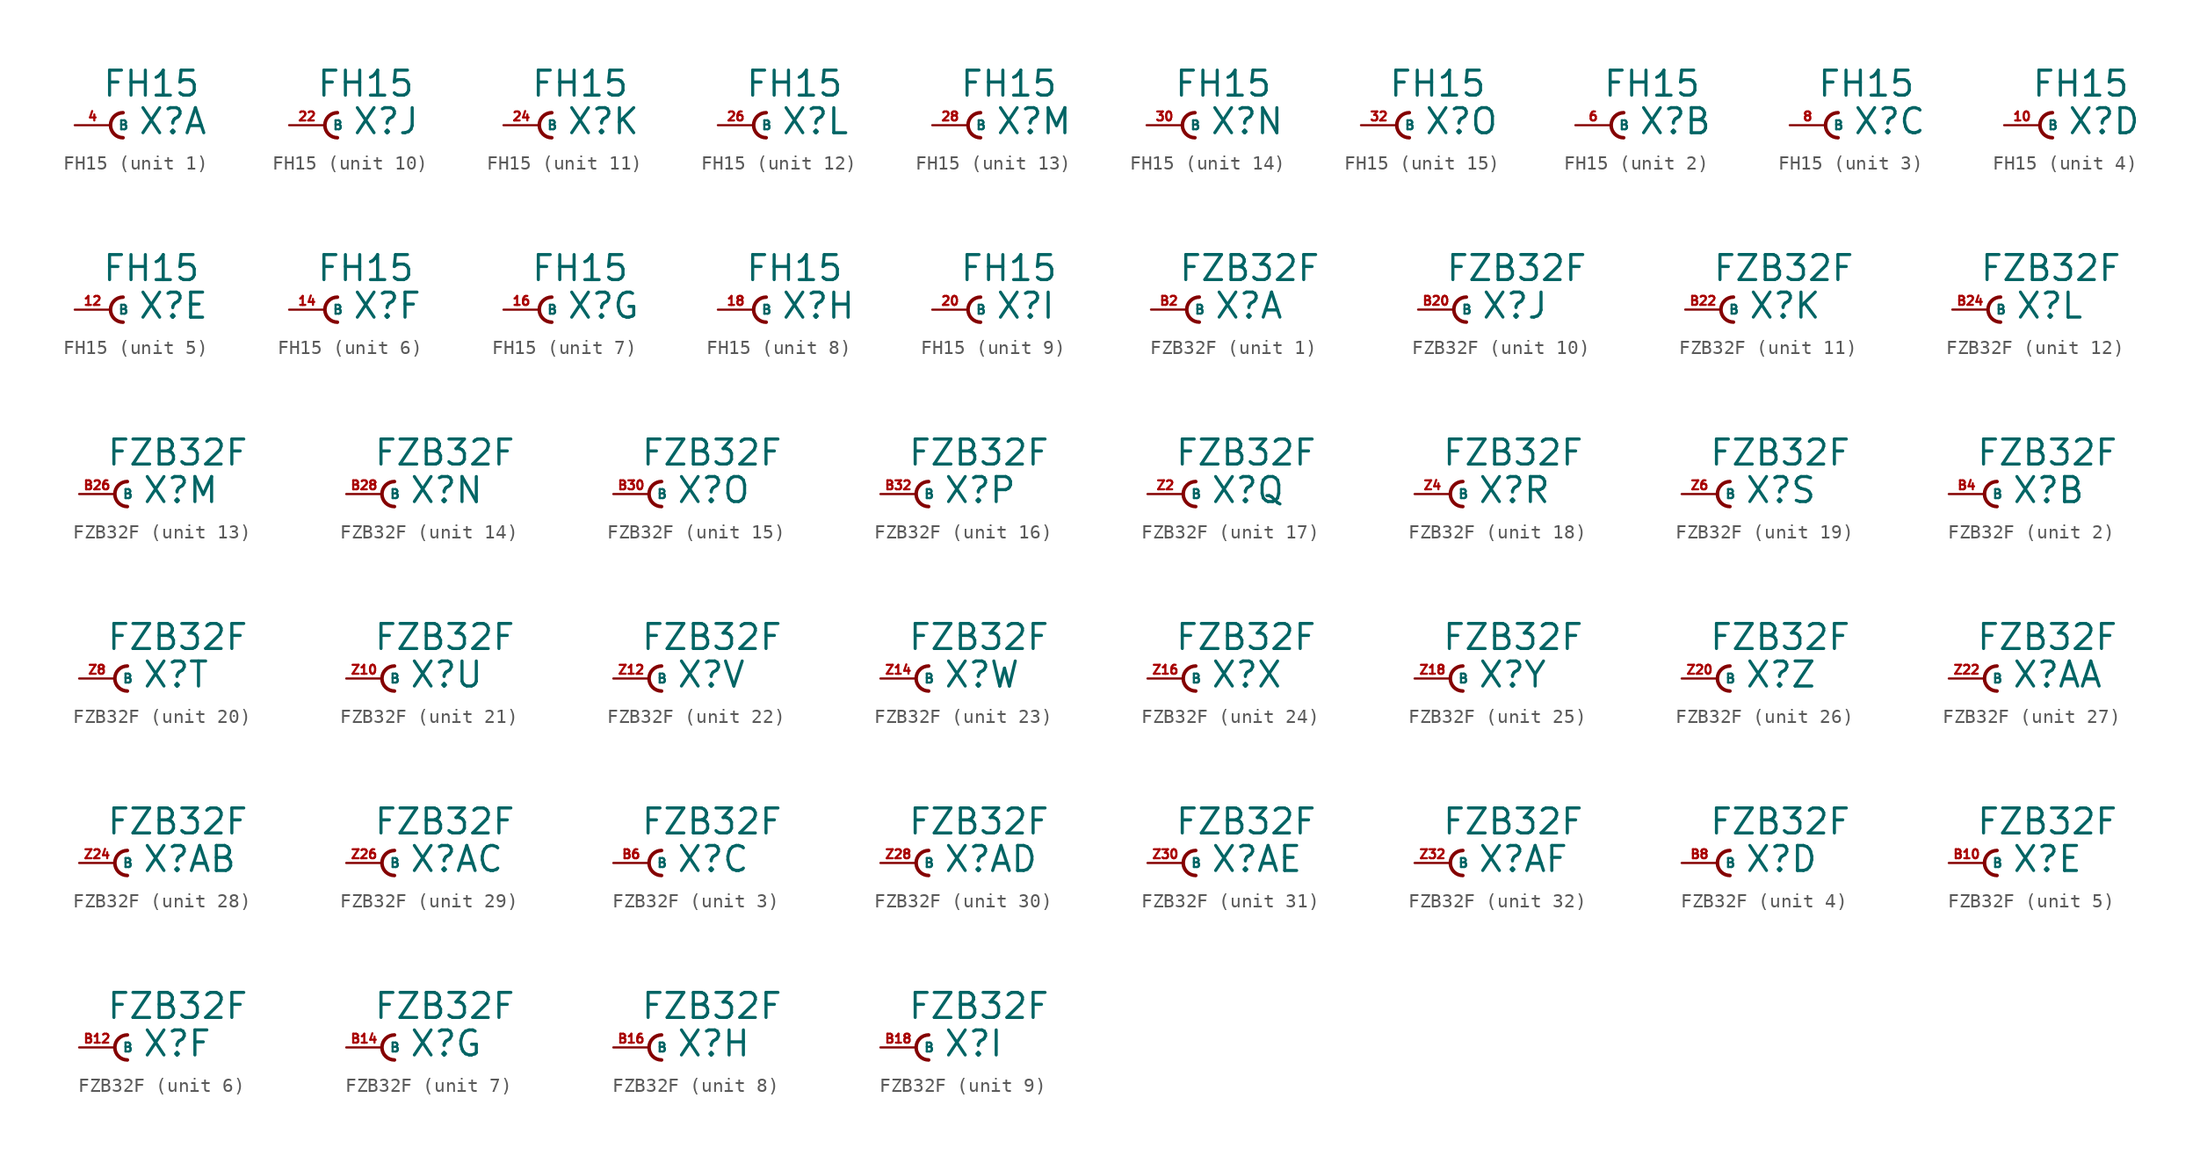
<source format=kicad_sym>
(kicad_symbol_lib
  (version 20220914)
  (generator Eagle2Kicad)
  (symbol "FH15"
    (property "Reference" "X"
      (at 1.905 -0.762 0)
      (effects (font (size 1.778 1.778) (thickness 0.22)) (justify left bottom)))
    (property "Value" "FH15"
      (at -0.635 1.905 0)
      (effects (font (size 1.778 1.778) (thickness 0.22)) (justify left bottom)))
    (symbol "FH15_1_0"
      (arc (start 0.889 0.889) (mid 0.000 0.000) (end 0.889 -0.889) (stroke (width 0.254) (type default)) (fill (type none)))
      (pin passive line (at -2.54 0 0) (length 2.54) (name "B" (effects (font (size 0.635 0.635) (thickness 0.08)) (justify left bottom))) (number "4" (effects (font (size 0.635 0.635) (thickness 0.08)) (justify left bottom)))))
    (symbol "FH15_2_0"
      (arc (start 0.889 0.889) (mid 0.000 0.000) (end 0.889 -0.889) (stroke (width 0.254) (type default)) (fill (type none)))
      (pin passive line (at -2.54 0 0) (length 2.54) (name "B" (effects (font (size 0.635 0.635) (thickness 0.08)) (justify left bottom))) (number "6" (effects (font (size 0.635 0.635) (thickness 0.08)) (justify left bottom)))))
    (symbol "FH15_3_0"
      (arc (start 0.889 0.889) (mid 0.000 0.000) (end 0.889 -0.889) (stroke (width 0.254) (type default)) (fill (type none)))
      (pin passive line (at -2.54 0 0) (length 2.54) (name "B" (effects (font (size 0.635 0.635) (thickness 0.08)) (justify left bottom))) (number "8" (effects (font (size 0.635 0.635) (thickness 0.08)) (justify left bottom)))))
    (symbol "FH15_4_0"
      (arc (start 0.889 0.889) (mid 0.000 0.000) (end 0.889 -0.889) (stroke (width 0.254) (type default)) (fill (type none)))
      (pin passive line (at -2.54 0 0) (length 2.54) (name "B" (effects (font (size 0.635 0.635) (thickness 0.08)) (justify left bottom))) (number "10" (effects (font (size 0.635 0.635) (thickness 0.08)) (justify left bottom)))))
    (symbol "FH15_5_0"
      (arc (start 0.889 0.889) (mid 0.000 0.000) (end 0.889 -0.889) (stroke (width 0.254) (type default)) (fill (type none)))
      (pin passive line (at -2.54 0 0) (length 2.54) (name "B" (effects (font (size 0.635 0.635) (thickness 0.08)) (justify left bottom))) (number "12" (effects (font (size 0.635 0.635) (thickness 0.08)) (justify left bottom)))))
    (symbol "FH15_6_0"
      (arc (start 0.889 0.889) (mid 0.000 0.000) (end 0.889 -0.889) (stroke (width 0.254) (type default)) (fill (type none)))
      (pin passive line (at -2.54 0 0) (length 2.54) (name "B" (effects (font (size 0.635 0.635) (thickness 0.08)) (justify left bottom))) (number "14" (effects (font (size 0.635 0.635) (thickness 0.08)) (justify left bottom)))))
    (symbol "FH15_7_0"
      (arc (start 0.889 0.889) (mid 0.000 0.000) (end 0.889 -0.889) (stroke (width 0.254) (type default)) (fill (type none)))
      (pin passive line (at -2.54 0 0) (length 2.54) (name "B" (effects (font (size 0.635 0.635) (thickness 0.08)) (justify left bottom))) (number "16" (effects (font (size 0.635 0.635) (thickness 0.08)) (justify left bottom)))))
    (symbol "FH15_8_0"
      (arc (start 0.889 0.889) (mid 0.000 0.000) (end 0.889 -0.889) (stroke (width 0.254) (type default)) (fill (type none)))
      (pin passive line (at -2.54 0 0) (length 2.54) (name "B" (effects (font (size 0.635 0.635) (thickness 0.08)) (justify left bottom))) (number "18" (effects (font (size 0.635 0.635) (thickness 0.08)) (justify left bottom)))))
    (symbol "FH15_9_0"
      (arc (start 0.889 0.889) (mid 0.000 0.000) (end 0.889 -0.889) (stroke (width 0.254) (type default)) (fill (type none)))
      (pin passive line (at -2.54 0 0) (length 2.54) (name "B" (effects (font (size 0.635 0.635) (thickness 0.08)) (justify left bottom))) (number "20" (effects (font (size 0.635 0.635) (thickness 0.08)) (justify left bottom)))))
    (symbol "FH15_10_0"
      (arc (start 0.889 0.889) (mid 0.000 0.000) (end 0.889 -0.889) (stroke (width 0.254) (type default)) (fill (type none)))
      (pin passive line (at -2.54 0 0) (length 2.54) (name "B" (effects (font (size 0.635 0.635) (thickness 0.08)) (justify left bottom))) (number "22" (effects (font (size 0.635 0.635) (thickness 0.08)) (justify left bottom)))))
    (symbol "FH15_11_0"
      (arc (start 0.889 0.889) (mid 0.000 0.000) (end 0.889 -0.889) (stroke (width 0.254) (type default)) (fill (type none)))
      (pin passive line (at -2.54 0 0) (length 2.54) (name "B" (effects (font (size 0.635 0.635) (thickness 0.08)) (justify left bottom))) (number "24" (effects (font (size 0.635 0.635) (thickness 0.08)) (justify left bottom)))))
    (symbol "FH15_12_0"
      (arc (start 0.889 0.889) (mid 0.000 0.000) (end 0.889 -0.889) (stroke (width 0.254) (type default)) (fill (type none)))
      (pin passive line (at -2.54 0 0) (length 2.54) (name "B" (effects (font (size 0.635 0.635) (thickness 0.08)) (justify left bottom))) (number "26" (effects (font (size 0.635 0.635) (thickness 0.08)) (justify left bottom)))))
    (symbol "FH15_13_0"
      (arc (start 0.889 0.889) (mid 0.000 0.000) (end 0.889 -0.889) (stroke (width 0.254) (type default)) (fill (type none)))
      (pin passive line (at -2.54 0 0) (length 2.54) (name "B" (effects (font (size 0.635 0.635) (thickness 0.08)) (justify left bottom))) (number "28" (effects (font (size 0.635 0.635) (thickness 0.08)) (justify left bottom)))))
    (symbol "FH15_14_0"
      (arc (start 0.889 0.889) (mid 0.000 0.000) (end 0.889 -0.889) (stroke (width 0.254) (type default)) (fill (type none)))
      (pin passive line (at -2.54 0 0) (length 2.54) (name "B" (effects (font (size 0.635 0.635) (thickness 0.08)) (justify left bottom))) (number "30" (effects (font (size 0.635 0.635) (thickness 0.08)) (justify left bottom)))))
    (symbol "FH15_15_0"
      (arc (start 0.889 0.889) (mid 0.000 0.000) (end 0.889 -0.889) (stroke (width 0.254) (type default)) (fill (type none)))
      (pin passive line (at -2.54 0 0) (length 2.54) (name "B" (effects (font (size 0.635 0.635) (thickness 0.08)) (justify left bottom))) (number "32" (effects (font (size 0.635 0.635) (thickness 0.08)) (justify left bottom))))))
  (symbol "FZB32F"
    (property "Reference" "X"
      (at 1.905 -0.762 0)
      (effects (font (size 1.778 1.778) (thickness 0.22)) (justify left bottom)))
    (property "Value" "FZB32F"
      (at -0.635 1.905 0)
      (effects (font (size 1.778 1.778) (thickness 0.22)) (justify left bottom)))
    (symbol "FZB32F_1_0"
      (arc (start 0.889 0.889) (mid 0.000 0.000) (end 0.889 -0.889) (stroke (width 0.254) (type default)) (fill (type none)))
      (pin passive line (at -2.54 0 0) (length 2.54) (name "B" (effects (font (size 0.635 0.635) (thickness 0.08)) (justify left bottom))) (number "B2" (effects (font (size 0.635 0.635) (thickness 0.08)) (justify left bottom)))))
    (symbol "FZB32F_2_0"
      (arc (start 0.889 0.889) (mid 0.000 0.000) (end 0.889 -0.889) (stroke (width 0.254) (type default)) (fill (type none)))
      (pin passive line (at -2.54 0 0) (length 2.54) (name "B" (effects (font (size 0.635 0.635) (thickness 0.08)) (justify left bottom))) (number "B4" (effects (font (size 0.635 0.635) (thickness 0.08)) (justify left bottom)))))
    (symbol "FZB32F_3_0"
      (arc (start 0.889 0.889) (mid 0.000 0.000) (end 0.889 -0.889) (stroke (width 0.254) (type default)) (fill (type none)))
      (pin passive line (at -2.54 0 0) (length 2.54) (name "B" (effects (font (size 0.635 0.635) (thickness 0.08)) (justify left bottom))) (number "B6" (effects (font (size 0.635 0.635) (thickness 0.08)) (justify left bottom)))))
    (symbol "FZB32F_4_0"
      (arc (start 0.889 0.889) (mid 0.000 0.000) (end 0.889 -0.889) (stroke (width 0.254) (type default)) (fill (type none)))
      (pin passive line (at -2.54 0 0) (length 2.54) (name "B" (effects (font (size 0.635 0.635) (thickness 0.08)) (justify left bottom))) (number "B8" (effects (font (size 0.635 0.635) (thickness 0.08)) (justify left bottom)))))
    (symbol "FZB32F_5_0"
      (arc (start 0.889 0.889) (mid 0.000 0.000) (end 0.889 -0.889) (stroke (width 0.254) (type default)) (fill (type none)))
      (pin passive line (at -2.54 0 0) (length 2.54) (name "B" (effects (font (size 0.635 0.635) (thickness 0.08)) (justify left bottom))) (number "B10" (effects (font (size 0.635 0.635) (thickness 0.08)) (justify left bottom)))))
    (symbol "FZB32F_6_0"
      (arc (start 0.889 0.889) (mid 0.000 0.000) (end 0.889 -0.889) (stroke (width 0.254) (type default)) (fill (type none)))
      (pin passive line (at -2.54 0 0) (length 2.54) (name "B" (effects (font (size 0.635 0.635) (thickness 0.08)) (justify left bottom))) (number "B12" (effects (font (size 0.635 0.635) (thickness 0.08)) (justify left bottom)))))
    (symbol "FZB32F_7_0"
      (arc (start 0.889 0.889) (mid 0.000 0.000) (end 0.889 -0.889) (stroke (width 0.254) (type default)) (fill (type none)))
      (pin passive line (at -2.54 0 0) (length 2.54) (name "B" (effects (font (size 0.635 0.635) (thickness 0.08)) (justify left bottom))) (number "B14" (effects (font (size 0.635 0.635) (thickness 0.08)) (justify left bottom)))))
    (symbol "FZB32F_8_0"
      (arc (start 0.889 0.889) (mid 0.000 0.000) (end 0.889 -0.889) (stroke (width 0.254) (type default)) (fill (type none)))
      (pin passive line (at -2.54 0 0) (length 2.54) (name "B" (effects (font (size 0.635 0.635) (thickness 0.08)) (justify left bottom))) (number "B16" (effects (font (size 0.635 0.635) (thickness 0.08)) (justify left bottom)))))
    (symbol "FZB32F_9_0"
      (arc (start 0.889 0.889) (mid 0.000 0.000) (end 0.889 -0.889) (stroke (width 0.254) (type default)) (fill (type none)))
      (pin passive line (at -2.54 0 0) (length 2.54) (name "B" (effects (font (size 0.635 0.635) (thickness 0.08)) (justify left bottom))) (number "B18" (effects (font (size 0.635 0.635) (thickness 0.08)) (justify left bottom)))))
    (symbol "FZB32F_10_0"
      (arc (start 0.889 0.889) (mid 0.000 0.000) (end 0.889 -0.889) (stroke (width 0.254) (type default)) (fill (type none)))
      (pin passive line (at -2.54 0 0) (length 2.54) (name "B" (effects (font (size 0.635 0.635) (thickness 0.08)) (justify left bottom))) (number "B20" (effects (font (size 0.635 0.635) (thickness 0.08)) (justify left bottom)))))
    (symbol "FZB32F_11_0"
      (arc (start 0.889 0.889) (mid 0.000 0.000) (end 0.889 -0.889) (stroke (width 0.254) (type default)) (fill (type none)))
      (pin passive line (at -2.54 0 0) (length 2.54) (name "B" (effects (font (size 0.635 0.635) (thickness 0.08)) (justify left bottom))) (number "B22" (effects (font (size 0.635 0.635) (thickness 0.08)) (justify left bottom)))))
    (symbol "FZB32F_12_0"
      (arc (start 0.889 0.889) (mid 0.000 0.000) (end 0.889 -0.889) (stroke (width 0.254) (type default)) (fill (type none)))
      (pin passive line (at -2.54 0 0) (length 2.54) (name "B" (effects (font (size 0.635 0.635) (thickness 0.08)) (justify left bottom))) (number "B24" (effects (font (size 0.635 0.635) (thickness 0.08)) (justify left bottom)))))
    (symbol "FZB32F_13_0"
      (arc (start 0.889 0.889) (mid 0.000 0.000) (end 0.889 -0.889) (stroke (width 0.254) (type default)) (fill (type none)))
      (pin passive line (at -2.54 0 0) (length 2.54) (name "B" (effects (font (size 0.635 0.635) (thickness 0.08)) (justify left bottom))) (number "B26" (effects (font (size 0.635 0.635) (thickness 0.08)) (justify left bottom)))))
    (symbol "FZB32F_14_0"
      (arc (start 0.889 0.889) (mid 0.000 0.000) (end 0.889 -0.889) (stroke (width 0.254) (type default)) (fill (type none)))
      (pin passive line (at -2.54 0 0) (length 2.54) (name "B" (effects (font (size 0.635 0.635) (thickness 0.08)) (justify left bottom))) (number "B28" (effects (font (size 0.635 0.635) (thickness 0.08)) (justify left bottom)))))
    (symbol "FZB32F_15_0"
      (arc (start 0.889 0.889) (mid 0.000 0.000) (end 0.889 -0.889) (stroke (width 0.254) (type default)) (fill (type none)))
      (pin passive line (at -2.54 0 0) (length 2.54) (name "B" (effects (font (size 0.635 0.635) (thickness 0.08)) (justify left bottom))) (number "B30" (effects (font (size 0.635 0.635) (thickness 0.08)) (justify left bottom)))))
    (symbol "FZB32F_16_0"
      (arc (start 0.889 0.889) (mid 0.000 0.000) (end 0.889 -0.889) (stroke (width 0.254) (type default)) (fill (type none)))
      (pin passive line (at -2.54 0 0) (length 2.54) (name "B" (effects (font (size 0.635 0.635) (thickness 0.08)) (justify left bottom))) (number "B32" (effects (font (size 0.635 0.635) (thickness 0.08)) (justify left bottom)))))
    (symbol "FZB32F_17_0"
      (arc (start 0.889 0.889) (mid 0.000 0.000) (end 0.889 -0.889) (stroke (width 0.254) (type default)) (fill (type none)))
      (pin passive line (at -2.54 0 0) (length 2.54) (name "B" (effects (font (size 0.635 0.635) (thickness 0.08)) (justify left bottom))) (number "Z2" (effects (font (size 0.635 0.635) (thickness 0.08)) (justify left bottom)))))
    (symbol "FZB32F_18_0"
      (arc (start 0.889 0.889) (mid 0.000 0.000) (end 0.889 -0.889) (stroke (width 0.254) (type default)) (fill (type none)))
      (pin passive line (at -2.54 0 0) (length 2.54) (name "B" (effects (font (size 0.635 0.635) (thickness 0.08)) (justify left bottom))) (number "Z4" (effects (font (size 0.635 0.635) (thickness 0.08)) (justify left bottom)))))
    (symbol "FZB32F_19_0"
      (arc (start 0.889 0.889) (mid 0.000 0.000) (end 0.889 -0.889) (stroke (width 0.254) (type default)) (fill (type none)))
      (pin passive line (at -2.54 0 0) (length 2.54) (name "B" (effects (font (size 0.635 0.635) (thickness 0.08)) (justify left bottom))) (number "Z6" (effects (font (size 0.635 0.635) (thickness 0.08)) (justify left bottom)))))
    (symbol "FZB32F_20_0"
      (arc (start 0.889 0.889) (mid 0.000 0.000) (end 0.889 -0.889) (stroke (width 0.254) (type default)) (fill (type none)))
      (pin passive line (at -2.54 0 0) (length 2.54) (name "B" (effects (font (size 0.635 0.635) (thickness 0.08)) (justify left bottom))) (number "Z8" (effects (font (size 0.635 0.635) (thickness 0.08)) (justify left bottom)))))
    (symbol "FZB32F_21_0"
      (arc (start 0.889 0.889) (mid 0.000 0.000) (end 0.889 -0.889) (stroke (width 0.254) (type default)) (fill (type none)))
      (pin passive line (at -2.54 0 0) (length 2.54) (name "B" (effects (font (size 0.635 0.635) (thickness 0.08)) (justify left bottom))) (number "Z10" (effects (font (size 0.635 0.635) (thickness 0.08)) (justify left bottom)))))
    (symbol "FZB32F_22_0"
      (arc (start 0.889 0.889) (mid 0.000 0.000) (end 0.889 -0.889) (stroke (width 0.254) (type default)) (fill (type none)))
      (pin passive line (at -2.54 0 0) (length 2.54) (name "B" (effects (font (size 0.635 0.635) (thickness 0.08)) (justify left bottom))) (number "Z12" (effects (font (size 0.635 0.635) (thickness 0.08)) (justify left bottom)))))
    (symbol "FZB32F_23_0"
      (arc (start 0.889 0.889) (mid 0.000 0.000) (end 0.889 -0.889) (stroke (width 0.254) (type default)) (fill (type none)))
      (pin passive line (at -2.54 0 0) (length 2.54) (name "B" (effects (font (size 0.635 0.635) (thickness 0.08)) (justify left bottom))) (number "Z14" (effects (font (size 0.635 0.635) (thickness 0.08)) (justify left bottom)))))
    (symbol "FZB32F_24_0"
      (arc (start 0.889 0.889) (mid 0.000 0.000) (end 0.889 -0.889) (stroke (width 0.254) (type default)) (fill (type none)))
      (pin passive line (at -2.54 0 0) (length 2.54) (name "B" (effects (font (size 0.635 0.635) (thickness 0.08)) (justify left bottom))) (number "Z16" (effects (font (size 0.635 0.635) (thickness 0.08)) (justify left bottom)))))
    (symbol "FZB32F_25_0"
      (arc (start 0.889 0.889) (mid 0.000 0.000) (end 0.889 -0.889) (stroke (width 0.254) (type default)) (fill (type none)))
      (pin passive line (at -2.54 0 0) (length 2.54) (name "B" (effects (font (size 0.635 0.635) (thickness 0.08)) (justify left bottom))) (number "Z18" (effects (font (size 0.635 0.635) (thickness 0.08)) (justify left bottom)))))
    (symbol "FZB32F_26_0"
      (arc (start 0.889 0.889) (mid 0.000 0.000) (end 0.889 -0.889) (stroke (width 0.254) (type default)) (fill (type none)))
      (pin passive line (at -2.54 0 0) (length 2.54) (name "B" (effects (font (size 0.635 0.635) (thickness 0.08)) (justify left bottom))) (number "Z20" (effects (font (size 0.635 0.635) (thickness 0.08)) (justify left bottom)))))
    (symbol "FZB32F_27_0"
      (arc (start 0.889 0.889) (mid 0.000 0.000) (end 0.889 -0.889) (stroke (width 0.254) (type default)) (fill (type none)))
      (pin passive line (at -2.54 0 0) (length 2.54) (name "B" (effects (font (size 0.635 0.635) (thickness 0.08)) (justify left bottom))) (number "Z22" (effects (font (size 0.635 0.635) (thickness 0.08)) (justify left bottom)))))
    (symbol "FZB32F_28_0"
      (arc (start 0.889 0.889) (mid 0.000 0.000) (end 0.889 -0.889) (stroke (width 0.254) (type default)) (fill (type none)))
      (pin passive line (at -2.54 0 0) (length 2.54) (name "B" (effects (font (size 0.635 0.635) (thickness 0.08)) (justify left bottom))) (number "Z24" (effects (font (size 0.635 0.635) (thickness 0.08)) (justify left bottom)))))
    (symbol "FZB32F_29_0"
      (arc (start 0.889 0.889) (mid 0.000 0.000) (end 0.889 -0.889) (stroke (width 0.254) (type default)) (fill (type none)))
      (pin passive line (at -2.54 0 0) (length 2.54) (name "B" (effects (font (size 0.635 0.635) (thickness 0.08)) (justify left bottom))) (number "Z26" (effects (font (size 0.635 0.635) (thickness 0.08)) (justify left bottom)))))
    (symbol "FZB32F_30_0"
      (arc (start 0.889 0.889) (mid 0.000 0.000) (end 0.889 -0.889) (stroke (width 0.254) (type default)) (fill (type none)))
      (pin passive line (at -2.54 0 0) (length 2.54) (name "B" (effects (font (size 0.635 0.635) (thickness 0.08)) (justify left bottom))) (number "Z28" (effects (font (size 0.635 0.635) (thickness 0.08)) (justify left bottom)))))
    (symbol "FZB32F_31_0"
      (arc (start 0.889 0.889) (mid 0.000 0.000) (end 0.889 -0.889) (stroke (width 0.254) (type default)) (fill (type none)))
      (pin passive line (at -2.54 0 0) (length 2.54) (name "B" (effects (font (size 0.635 0.635) (thickness 0.08)) (justify left bottom))) (number "Z30" (effects (font (size 0.635 0.635) (thickness 0.08)) (justify left bottom)))))
    (symbol "FZB32F_32_0"
      (arc (start 0.889 0.889) (mid 0.000 0.000) (end 0.889 -0.889) (stroke (width 0.254) (type default)) (fill (type none)))
      (pin passive line (at -2.54 0 0) (length 2.54) (name "B" (effects (font (size 0.635 0.635) (thickness 0.08)) (justify left bottom))) (number "Z32" (effects (font (size 0.635 0.635) (thickness 0.08)) (justify left bottom)))))))
</source>
